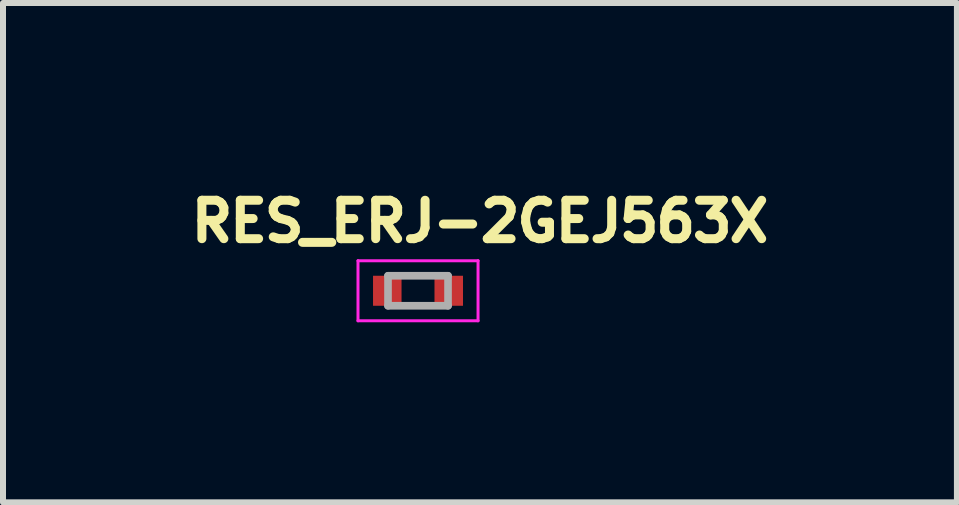
<source format=kicad_pcb>
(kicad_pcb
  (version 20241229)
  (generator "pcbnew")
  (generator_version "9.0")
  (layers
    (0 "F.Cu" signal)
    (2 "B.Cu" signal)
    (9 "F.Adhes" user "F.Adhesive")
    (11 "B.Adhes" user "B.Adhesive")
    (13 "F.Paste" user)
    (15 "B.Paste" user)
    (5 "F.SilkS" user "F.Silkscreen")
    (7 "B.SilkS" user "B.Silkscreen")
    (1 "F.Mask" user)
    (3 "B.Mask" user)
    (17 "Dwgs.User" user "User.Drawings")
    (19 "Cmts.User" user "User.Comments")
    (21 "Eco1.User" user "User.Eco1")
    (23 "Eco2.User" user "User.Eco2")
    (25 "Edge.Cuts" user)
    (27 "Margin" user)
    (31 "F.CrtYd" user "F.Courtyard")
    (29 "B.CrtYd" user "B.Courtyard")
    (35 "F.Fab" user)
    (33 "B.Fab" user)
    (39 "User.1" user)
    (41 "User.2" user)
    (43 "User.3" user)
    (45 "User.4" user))
  (footprint "RES_ERJ-2GEJ563X"
    (layer "F.Cu")
    (at 3.914 1.794)
    (property "Reference" "RES_ERJ-2GEJ563X" (at 1.032 -1.156 0) (layer "F.SilkS") (effects (font (size 0.64 0.64) (thickness 0.15))))
    (attr smd)
    (fp_line (start -1 -0.5) (end -1 0.5) (stroke (width 0.05) (type solid)) (layer "F.CrtYd"))
    (fp_line (start -1 0.5) (end 1 0.5) (stroke (width 0.05) (type solid)) (layer "F.CrtYd"))
    (fp_line (start 1 -0.5) (end -1 -0.5) (stroke (width 0.05) (type solid)) (layer "F.CrtYd"))
    (fp_line (start 1 0.5) (end 1 -0.5) (stroke (width 0.05) (type solid)) (layer "F.CrtYd"))
    (fp_line (start -0.5 -0.25) (end -0.5 0.25) (stroke (width 0.127) (type solid)) (layer "F.Fab"))
    (fp_line (start -0.5 -0.25) (end 0.5 -0.25) (stroke (width 0.127) (type solid)) (layer "F.Fab"))
    (fp_line (start -0.5 0.25) (end 0.5 0.25) (stroke (width 0.127) (type solid)) (layer "F.Fab"))
    (fp_line (start 0.5 -0.25) (end 0.5 0.25) (stroke (width 0.127) (type solid)) (layer "F.Fab"))
    (pad "1" smd rect (at -0.512 0) (size 0.475 0.5) (layers "F.Cu" "F.Mask" "F.Paste"))
    (pad "2" smd rect (at 0.512 0) (size 0.475 0.5) (layers "F.Cu" "F.Mask" "F.Paste")))
  (gr_rect
    (start -3 -3)
    (end 12.892 5.319)
    (stroke (width 0.1) (type default))
    (fill no)
    (layer "Edge.Cuts")))
</source>
